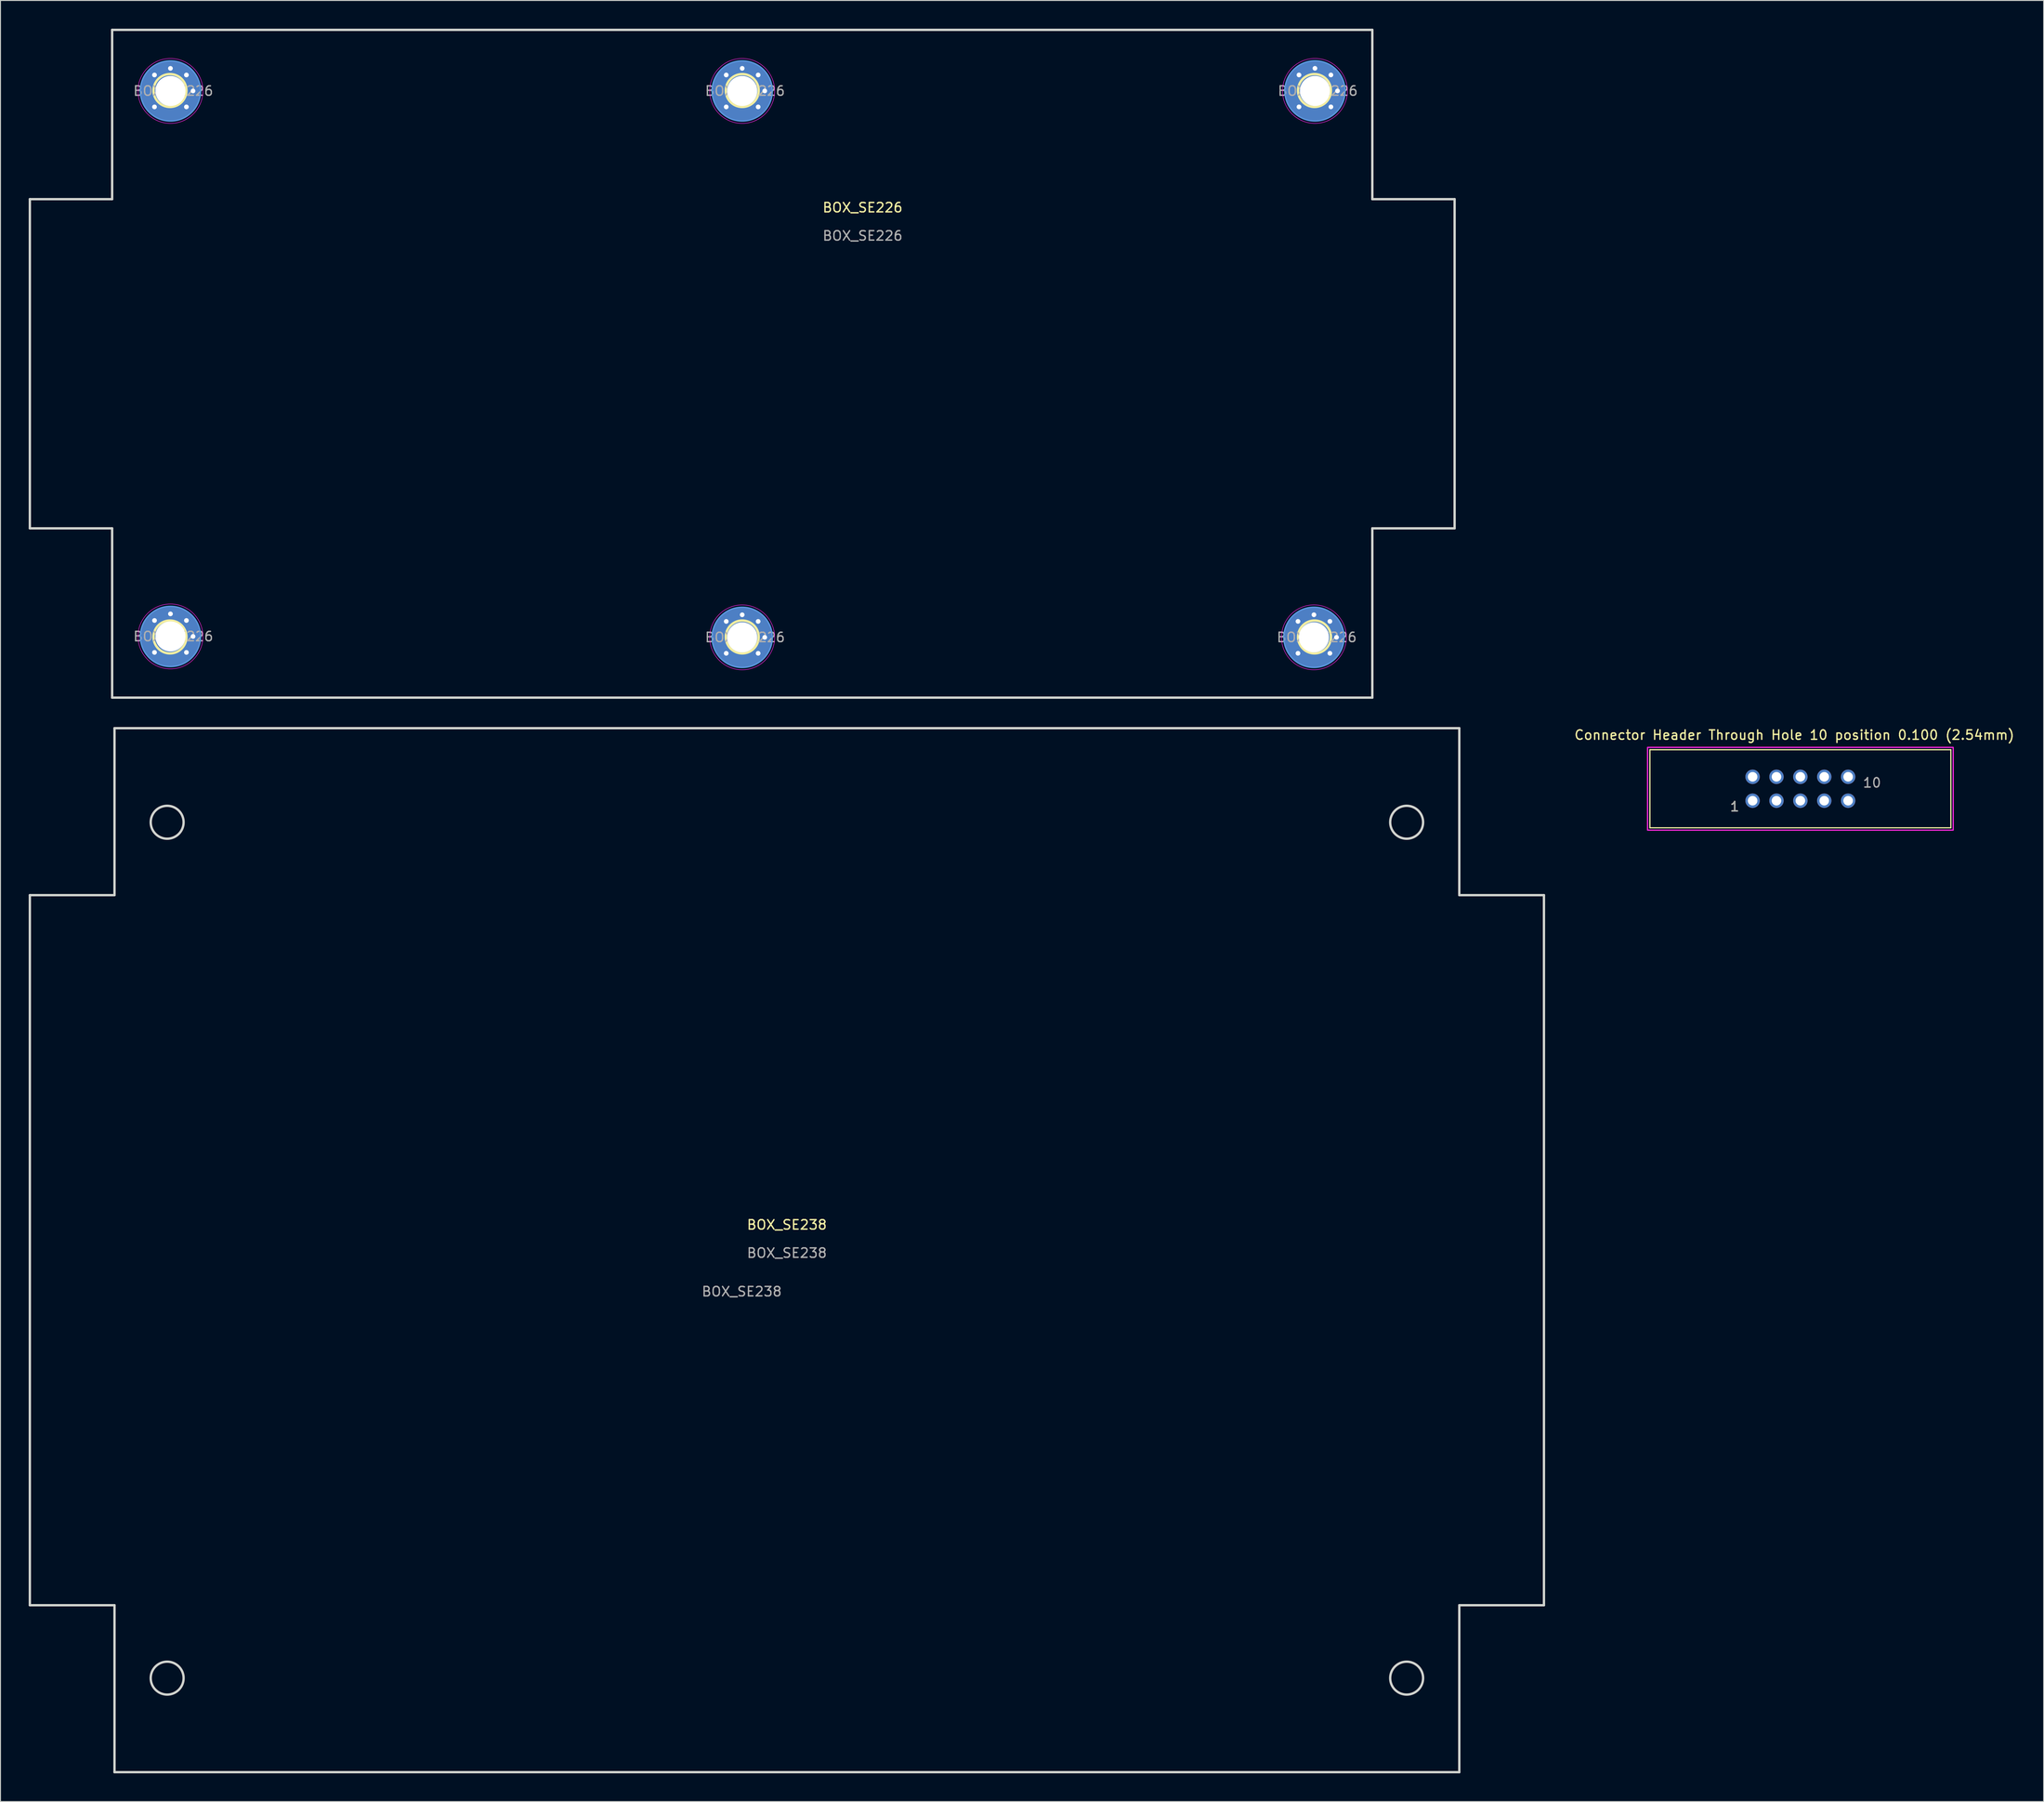
<source format=kicad_pcb>
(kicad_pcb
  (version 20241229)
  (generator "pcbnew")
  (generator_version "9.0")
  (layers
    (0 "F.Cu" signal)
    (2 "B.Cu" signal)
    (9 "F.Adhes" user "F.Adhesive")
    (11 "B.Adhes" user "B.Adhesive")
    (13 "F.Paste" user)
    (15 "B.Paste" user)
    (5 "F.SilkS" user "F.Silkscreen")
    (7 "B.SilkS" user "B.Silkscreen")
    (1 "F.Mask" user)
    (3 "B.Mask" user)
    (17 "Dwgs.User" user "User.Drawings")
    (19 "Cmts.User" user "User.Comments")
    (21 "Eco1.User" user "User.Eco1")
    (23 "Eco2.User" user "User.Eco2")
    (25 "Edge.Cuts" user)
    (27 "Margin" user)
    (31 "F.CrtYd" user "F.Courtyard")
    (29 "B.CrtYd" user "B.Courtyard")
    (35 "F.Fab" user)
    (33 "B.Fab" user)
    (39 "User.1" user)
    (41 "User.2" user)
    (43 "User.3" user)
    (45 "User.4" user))
  (footprint "BOX_SE238"
    (layer "F.Cu")
    (at 80.625 127.675)
    (property "Reference" "BOX_SE238" (at 0 -0.5 0) (unlocked yes) (layer "F.SilkS") (effects (font (size 1 1) (thickness 0.15))))
    (attr smd)
    (fp_line (start -80.5 -35.55) (end -80.5 39.95) (stroke (width 0.25) (type solid)) (layer "Edge.Cuts"))
    (fp_line (start -80.5 39.95) (end -71.5 39.95) (stroke (width 0.25) (type solid)) (layer "Edge.Cuts"))
    (fp_line (start -71.5 -53.3) (end -71.5 -35.55) (stroke (width 0.25) (type solid)) (layer "Edge.Cuts"))
    (fp_line (start -71.5 -35.55) (end -80.5 -35.55) (stroke (width 0.25) (type solid)) (layer "Edge.Cuts"))
    (fp_line (start -71.5 39.95) (end -71.5 57.7) (stroke (width 0.25) (type solid)) (layer "Edge.Cuts"))
    (fp_line (start -71.5 57.7) (end 71.5 57.7) (stroke (width 0.25) (type solid)) (layer "Edge.Cuts"))
    (fp_line (start 71.5 -53.3) (end -71.5 -53.3) (stroke (width 0.25) (type solid)) (layer "Edge.Cuts"))
    (fp_line (start 71.5 -35.55) (end 71.5 -53.3) (stroke (width 0.25) (type solid)) (layer "Edge.Cuts"))
    (fp_line (start 71.5 39.95) (end 80.5 39.95) (stroke (width 0.25) (type solid)) (layer "Edge.Cuts"))
    (fp_line (start 71.5 57.7) (end 71.5 39.95) (stroke (width 0.25) (type solid)) (layer "Edge.Cuts"))
    (fp_line (start 80.5 -35.55) (end 71.5 -35.55) (stroke (width 0.25) (type solid)) (layer "Edge.Cuts"))
    (fp_line (start 80.5 39.95) (end 80.5 -35.55) (stroke (width 0.25) (type solid)) (layer "Edge.Cuts"))
    (fp_circle (center -65.9 -43.3) (end -64.15 -43.3) (stroke (width 0.25) (type solid)) (fill no) (layer "Edge.Cuts"))
    (fp_circle (center -65.9 47.7) (end -64.15 47.7) (stroke (width 0.25) (type solid)) (fill no) (layer "Edge.Cuts"))
    (fp_circle (center 65.9 -43.3) (end 67.65 -43.3) (stroke (width 0.25) (type solid)) (fill no) (layer "Edge.Cuts"))
    (fp_circle (center 65.9 47.7) (end 67.65 47.7) (stroke (width 0.25) (type solid)) (fill no) (layer "Edge.Cuts"))
    (fp_text user "${REFERENCE}" (at 0 2.5 0) (unlocked yes) (layer "F.Fab") (effects (font (size 1 1) (thickness 0.15))))
    (fp_text user "${REFERENCE}" (at -4.8 6.6 0) (unlocked yes) (layer "F.Fab") (effects (font (size 1 1) (thickness 0.15)))))
  (footprint "Connector Header Through Hole 10 position 0.100 (2.54mm)"
    (layer "F.Cu")
    (at 188.391 80.813)
    (property "Reference" "Connector Header Through Hole 10 position 0.100 (2.54mm)" (at -0.635 -5.715 0) (layer "F.SilkS") (effects (font (size 1 1) (thickness 0.15))))
    (attr through_hole)
    (fp_line (start -16 -4.15) (end 16 -4.15) (stroke (width 0.127) (type solid)) (layer "F.SilkS"))
    (fp_line (start -16 4.15) (end -16 -4.15) (stroke (width 0.127) (type solid)) (layer "F.SilkS"))
    (fp_line (start 16 -4.15) (end 16 4.15) (stroke (width 0.127) (type solid)) (layer "F.SilkS"))
    (fp_line (start 16 4.15) (end -16 4.15) (stroke (width 0.127) (type solid)) (layer "F.SilkS"))
    (fp_poly (pts (xy -16.25 -4.4) (xy 16.25 -4.4) (xy 16.25 4.4) (xy -16.25 4.4)) (stroke (width 0.127) (type solid)) (fill no) (layer "F.CrtYd"))
    (fp_text user "1" (at -6.985 1.905 0) (layer "F.SilkS") (effects (font (size 1 1) (thickness 0.15))))
    (fp_text user "1" (at -6.985 1.905 0) (layer "F.Fab") (effects (font (size 1 1) (thickness 0.15))))
    (fp_text user "10" (at 7.62 -0.635 0) (layer "F.Fab") (effects (font (size 1 1) (thickness 0.15))))
    (pad "1" thru_hole circle (at -5.08 1.27) (size 1.53 1.53) (drill 1.02) (layers "*.Cu" "*.Mask"))
    (pad "2" thru_hole circle (at -5.08 -1.27) (size 1.53 1.53) (drill 1.02) (layers "*.Cu" "*.Mask"))
    (pad "3" thru_hole circle (at -2.54 1.27) (size 1.53 1.53) (drill 1.02) (layers "*.Cu" "*.Mask"))
    (pad "4" thru_hole circle (at -2.54 -1.27) (size 1.53 1.53) (drill 1.02) (layers "*.Cu" "*.Mask"))
    (pad "5" thru_hole circle (at 0 1.27) (size 1.53 1.53) (drill 1.02) (layers "*.Cu" "*.Mask"))
    (pad "6" thru_hole circle (at 0 -1.27) (size 1.53 1.53) (drill 1.02) (layers "*.Cu" "*.Mask"))
    (pad "7" thru_hole circle (at 2.54 1.27) (size 1.53 1.53) (drill 1.02) (layers "*.Cu" "*.Mask"))
    (pad "8" thru_hole circle (at 2.54 -1.27) (size 1.53 1.53) (drill 1.02) (layers "*.Cu" "*.Mask"))
    (pad "9" thru_hole circle (at 5.08 1.27) (size 1.53 1.53) (drill 1.02) (layers "*.Cu" "*.Mask"))
    (pad "10" thru_hole circle (at 5.08 -1.27) (size 1.53 1.53) (drill 1.02) (layers "*.Cu" "*.Mask")))
  (footprint "BOX_SE226"
    (layer "F.Cu")
    (at 79.476 26.02)
    (property "Reference" "BOX_SE226" (at 9.2 -7 0) (unlocked yes) (layer "F.SilkS") (effects (font (size 1 1) (thickness 0.15))))
    (attr smd)
    (fp_circle (center -64.451 -19.445) (end -62.701 -19.445) (stroke (width 0.25) (type solid)) (fill no) (layer "F.SilkS"))
    (fp_circle (center -64.451 38.655) (end -62.701 38.655) (stroke (width 0.25) (type solid)) (fill no) (layer "F.SilkS"))
    (fp_circle (center -3.601 -19.445) (end -1.851 -19.445) (stroke (width 0.25) (type solid)) (fill no) (layer "F.SilkS"))
    (fp_circle (center -3.601 38.655) (end -1.851 38.655) (stroke (width 0.25) (type solid)) (fill no) (layer "F.SilkS"))
    (fp_circle (center 57.249 -19.445) (end 58.999 -19.445) (stroke (width 0.25) (type solid)) (fill no) (layer "F.SilkS"))
    (fp_circle (center 57.249 38.655) (end 58.999 38.655) (stroke (width 0.25) (type solid)) (fill no) (layer "F.SilkS"))
    (fp_circle (center -64.402 -19.401) (end -61.202 -19.401) (stroke (width 0.15) (type solid)) (fill no) (layer "Cmts.User"))
    (fp_circle (center -64.4 38.6) (end -61.2 38.6) (stroke (width 0.15) (type solid)) (fill no) (layer "Cmts.User"))
    (fp_circle (center -3.606 38.697) (end -0.406 38.697) (stroke (width 0.15) (type solid)) (fill no) (layer "Cmts.User"))
    (fp_circle (center -3.606 -19.401) (end -0.406 -19.401) (stroke (width 0.15) (type solid)) (fill no) (layer "Cmts.User"))
    (fp_circle (center 57.191 38.694) (end 60.391 38.694) (stroke (width 0.15) (type solid)) (fill no) (layer "Cmts.User"))
    (fp_circle (center 57.299 -19.404) (end 60.499 -19.404) (stroke (width 0.15) (type solid)) (fill no) (layer "Cmts.User"))
    (fp_line (start -79.351 -7.895) (end -79.351 27.105) (stroke (width 0.25) (type solid)) (layer "Edge.Cuts"))
    (fp_line (start -79.351 27.105) (end -70.601 27.105) (stroke (width 0.25) (type solid)) (layer "Edge.Cuts"))
    (fp_line (start -70.601 -25.895) (end -70.601 -7.895) (stroke (width 0.25) (type solid)) (layer "Edge.Cuts"))
    (fp_line (start -70.601 -7.895) (end -79.351 -7.895) (stroke (width 0.25) (type solid)) (layer "Edge.Cuts"))
    (fp_line (start -70.601 27.105) (end -70.601 45.105) (stroke (width 0.25) (type solid)) (layer "Edge.Cuts"))
    (fp_line (start -70.601 45.105) (end 63.399 45.105) (stroke (width 0.25) (type solid)) (layer "Edge.Cuts"))
    (fp_line (start 63.399 -25.895) (end -70.601 -25.895) (stroke (width 0.25) (type solid)) (layer "Edge.Cuts"))
    (fp_line (start 63.399 -7.895) (end 63.399 -25.895) (stroke (width 0.25) (type solid)) (layer "Edge.Cuts"))
    (fp_line (start 63.399 27.105) (end 72.149 27.105) (stroke (width 0.25) (type solid)) (layer "Edge.Cuts"))
    (fp_line (start 63.399 45.105) (end 63.399 27.105) (stroke (width 0.25) (type solid)) (layer "Edge.Cuts"))
    (fp_line (start 72.149 -7.895) (end 63.399 -7.895) (stroke (width 0.25) (type solid)) (layer "Edge.Cuts"))
    (fp_line (start 72.149 27.105) (end 72.149 -7.895) (stroke (width 0.25) (type solid)) (layer "Edge.Cuts"))
    (fp_circle (center -64.402 -19.401) (end -60.952 -19.401) (stroke (width 0.05) (type solid)) (fill no) (layer "F.CrtYd"))
    (fp_circle (center -64.4 38.6) (end -60.95 38.6) (stroke (width 0.05) (type solid)) (fill no) (layer "F.CrtYd"))
    (fp_circle (center -3.606 38.697) (end -0.156 38.697) (stroke (width 0.05) (type solid)) (fill no) (layer "F.CrtYd"))
    (fp_circle (center -3.606 -19.401) (end -0.156 -19.401) (stroke (width 0.05) (type solid)) (fill no) (layer "F.CrtYd"))
    (fp_circle (center 57.191 38.694) (end 60.641 38.694) (stroke (width 0.05) (type solid)) (fill no) (layer "F.CrtYd"))
    (fp_circle (center 57.299 -19.404) (end 60.749 -19.404) (stroke (width 0.05) (type solid)) (fill no) (layer "F.CrtYd"))
    (fp_text user "${REFERENCE}" (at -64.102 -19.401 0) (layer "F.Fab") (effects (font (size 1 1) (thickness 0.15))))
    (fp_text user "${REFERENCE}" (at 57.599 -19.404 0) (layer "F.Fab") (effects (font (size 1 1) (thickness 0.15))))
    (fp_text user "${REFERENCE}" (at -3.306 -19.401 0) (layer "F.Fab") (effects (font (size 1 1) (thickness 0.15))))
    (fp_text user "${REFERENCE}" (at 57.491 38.694 0) (layer "F.Fab") (effects (font (size 1 1) (thickness 0.15))))
    (fp_text user "${REFERENCE}" (at 9.2 -4 0) (unlocked yes) (layer "F.Fab") (effects (font (size 1 1) (thickness 0.15))))
    (fp_text user "${REFERENCE}" (at -3.306 38.697 0) (layer "F.Fab") (effects (font (size 1 1) (thickness 0.15))))
    (fp_text user "${REFERENCE}" (at -64.1 38.6 0) (layer "F.Fab") (effects (font (size 1 1) (thickness 0.15))))
    (pad "1" thru_hole circle (at -66.099 -21.098) (size 0.8 0.8) (drill 0.5) (layers "*.Cu" "*.Mask"))
    (pad "1" thru_hole circle (at -66.099 -17.704) (size 0.8 0.8) (drill 0.5) (layers "*.Cu" "*.Mask"))
    (pad "1" thru_hole circle (at -66.097 36.903) (size 0.8 0.8) (drill 0.5) (layers "*.Cu" "*.Mask"))
    (pad "1" thru_hole circle (at -66.097 40.297) (size 0.8 0.8) (drill 0.5) (layers "*.Cu" "*.Mask"))
    (pad "1" thru_hole circle (at -64.402 -21.801) (size 0.8 0.8) (drill 0.5) (layers "*.Cu" "*.Mask"))
    (pad "1" thru_hole circle (at -64.402 -19.401) (size 6.4 6.4) (drill 3.2) (layers "*.Cu" "*.Mask"))
    (pad "1" thru_hole circle (at -64.4 36.2) (size 0.8 0.8) (drill 0.5) (layers "*.Cu" "*.Mask"))
    (pad "1" thru_hole circle (at -64.4 38.6) (size 6.4 6.4) (drill 3.2) (layers "*.Cu" "*.Mask"))
    (pad "1" thru_hole circle (at -62.704 -21.098) (size 0.8 0.8) (drill 0.5) (layers "*.Cu" "*.Mask"))
    (pad "1" thru_hole circle (at -62.704 -17.704) (size 0.8 0.8) (drill 0.5) (layers "*.Cu" "*.Mask"))
    (pad "1" thru_hole circle (at -62.703 36.903) (size 0.8 0.8) (drill 0.5) (layers "*.Cu" "*.Mask"))
    (pad "1" thru_hole circle (at -62.703 40.297) (size 0.8 0.8) (drill 0.5) (layers "*.Cu" "*.Mask"))
    (pad "1" thru_hole circle (at -62.002 -19.401) (size 0.8 0.8) (drill 0.5) (layers "*.Cu" "*.Mask"))
    (pad "1" thru_hole circle (at -62 38.6) (size 0.8 0.8) (drill 0.5) (layers "*.Cu" "*.Mask"))
    (pad "1" thru_hole circle (at -5.303 37) (size 0.8 0.8) (drill 0.5) (layers "*.Cu" "*.Mask"))
    (pad "1" thru_hole circle (at -5.303 40.394) (size 0.8 0.8) (drill 0.5) (layers "*.Cu" "*.Mask"))
    (pad "1" thru_hole circle (at -5.303 -21.098) (size 0.8 0.8) (drill 0.5) (layers "*.Cu" "*.Mask"))
    (pad "1" thru_hole circle (at -5.303 -17.703) (size 0.8 0.8) (drill 0.5) (layers "*.Cu" "*.Mask"))
    (pad "1" thru_hole circle (at -3.606 36.297) (size 0.8 0.8) (drill 0.5) (layers "*.Cu" "*.Mask"))
    (pad "1" thru_hole circle (at -3.606 38.697) (size 6.4 6.4) (drill 3.2) (layers "*.Cu" "*.Mask"))
    (pad "1" thru_hole circle (at -3.606 -21.801) (size 0.8 0.8) (drill 0.5) (layers "*.Cu" "*.Mask"))
    (pad "1" thru_hole circle (at -3.606 -19.401) (size 6.4 6.4) (drill 3.2) (layers "*.Cu" "*.Mask"))
    (pad "1" thru_hole circle (at -1.909 37) (size 0.8 0.8) (drill 0.5) (layers "*.Cu" "*.Mask"))
    (pad "1" thru_hole circle (at -1.909 40.394) (size 0.8 0.8) (drill 0.5) (layers "*.Cu" "*.Mask"))
    (pad "1" thru_hole circle (at -1.909 -21.098) (size 0.8 0.8) (drill 0.5) (layers "*.Cu" "*.Mask"))
    (pad "1" thru_hole circle (at -1.909 -17.703) (size 0.8 0.8) (drill 0.5) (layers "*.Cu" "*.Mask"))
    (pad "1" thru_hole circle (at -1.206 38.697) (size 0.8 0.8) (drill 0.5) (layers "*.Cu" "*.Mask"))
    (pad "1" thru_hole circle (at -1.206 -19.401) (size 0.8 0.8) (drill 0.5) (layers "*.Cu" "*.Mask"))
    (pad "1" thru_hole circle (at 55.494 36.997) (size 0.8 0.8) (drill 0.5) (layers "*.Cu" "*.Mask"))
    (pad "1" thru_hole circle (at 55.494 40.391) (size 0.8 0.8) (drill 0.5) (layers "*.Cu" "*.Mask"))
    (pad "1" thru_hole circle (at 55.601 -21.101) (size 0.8 0.8) (drill 0.5) (layers "*.Cu" "*.Mask"))
    (pad "1" thru_hole circle (at 55.601 -17.707) (size 0.8 0.8) (drill 0.5) (layers "*.Cu" "*.Mask"))
    (pad "1" thru_hole circle (at 57.191 36.294) (size 0.8 0.8) (drill 0.5) (layers "*.Cu" "*.Mask"))
    (pad "1" thru_hole circle (at 57.191 38.694) (size 6.4 6.4) (drill 3.2) (layers "*.Cu" "*.Mask"))
    (pad "1" thru_hole circle (at 57.299 -21.804) (size 0.8 0.8) (drill 0.5) (layers "*.Cu" "*.Mask"))
    (pad "1" thru_hole circle (at 57.299 -19.404) (size 6.4 6.4) (drill 3.2) (layers "*.Cu" "*.Mask"))
    (pad "1" thru_hole circle (at 58.889 36.997) (size 0.8 0.8) (drill 0.5) (layers "*.Cu" "*.Mask"))
    (pad "1" thru_hole circle (at 58.889 40.391) (size 0.8 0.8) (drill 0.5) (layers "*.Cu" "*.Mask"))
    (pad "1" thru_hole circle (at 58.996 -21.101) (size 0.8 0.8) (drill 0.5) (layers "*.Cu" "*.Mask"))
    (pad "1" thru_hole circle (at 58.996 -17.707) (size 0.8 0.8) (drill 0.5) (layers "*.Cu" "*.Mask"))
    (pad "1" thru_hole circle (at 59.591 38.694) (size 0.8 0.8) (drill 0.5) (layers "*.Cu" "*.Mask"))
    (pad "1" thru_hole circle (at 59.699 -19.404) (size 0.8 0.8) (drill 0.5) (layers "*.Cu" "*.Mask")))
  (gr_rect
    (start -3 -3)
    (end 214.262 188.5)
    (stroke (width 0.1) (type default))
    (fill no)
    (layer "Edge.Cuts")))
</source>
